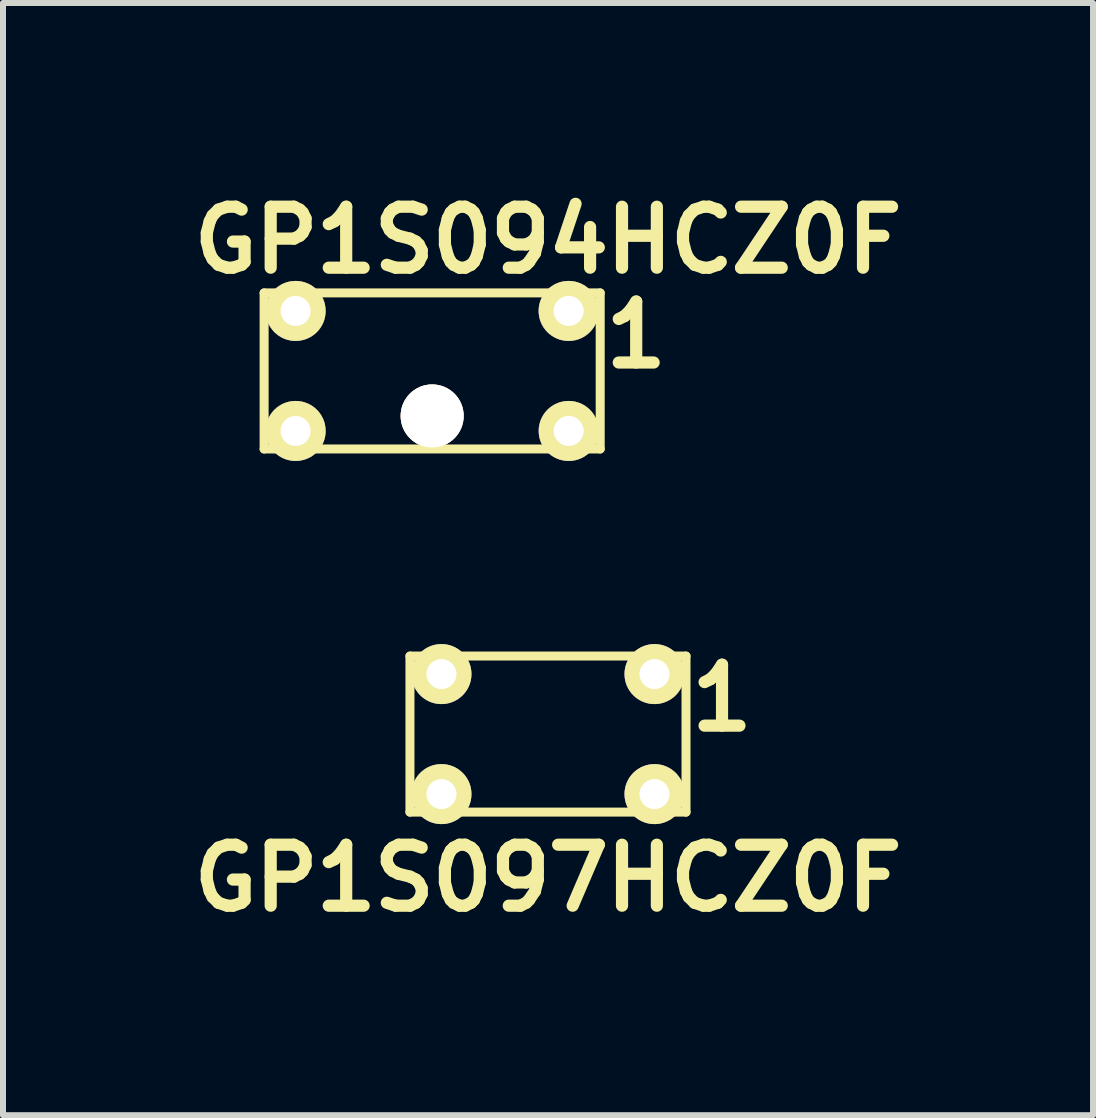
<source format=kicad_pcb>
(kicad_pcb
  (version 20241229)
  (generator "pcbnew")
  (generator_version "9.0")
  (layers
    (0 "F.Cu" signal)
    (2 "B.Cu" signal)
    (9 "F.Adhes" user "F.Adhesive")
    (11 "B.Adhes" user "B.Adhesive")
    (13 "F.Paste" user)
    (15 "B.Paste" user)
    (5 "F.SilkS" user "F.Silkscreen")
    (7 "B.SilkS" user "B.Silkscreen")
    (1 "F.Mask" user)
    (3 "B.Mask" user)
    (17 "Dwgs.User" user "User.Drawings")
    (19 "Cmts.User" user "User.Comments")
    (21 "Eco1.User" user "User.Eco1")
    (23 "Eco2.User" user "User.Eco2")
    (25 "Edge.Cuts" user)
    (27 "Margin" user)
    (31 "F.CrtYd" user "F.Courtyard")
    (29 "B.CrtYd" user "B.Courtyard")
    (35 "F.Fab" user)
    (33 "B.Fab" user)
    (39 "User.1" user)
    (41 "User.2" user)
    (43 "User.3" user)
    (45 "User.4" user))
  (footprint "GP1S094HCZ0F"
    (layer "F.Cu")
    (at 4.151 3.131)
    (property "Reference" "GP1S094HCZ0F" (at 1.93 -2.18 0) (layer "F.SilkS") (effects (font (size 1.016 1.016) (thickness 0.203))))
    (attr through_hole)
    (fp_line (start -2.8 -1.3) (end 2.8 -1.3) (stroke (width 0.15) (type solid)) (layer "F.SilkS"))
    (fp_line (start -2.8 1.3) (end -2.8 -1.3) (stroke (width 0.15) (type solid)) (layer "F.SilkS"))
    (fp_line (start 2.8 -1.3) (end 2.8 1.3) (stroke (width 0.15) (type solid)) (layer "F.SilkS"))
    (fp_line (start 2.8 1.3) (end -2.8 1.3) (stroke (width 0.15) (type solid)) (layer "F.SilkS"))
    (fp_text user "1" (at 3.4 -0.6 0) (layer "F.SilkS") (effects (font (size 1.016 1.016) (thickness 0.203))))
    (pad "" thru_hole circle (at 0 0.75) (size 1.05 1.05) (drill 1.05) (layers "*.Cu" "*.Mask" "F.SilkS"))
    (pad "1" thru_hole circle (at 2.274 -1) (size 1 1) (drill 0.5) (layers "*.Cu" "*.Mask" "F.SilkS"))
    (pad "2" thru_hole circle (at -2.275 -1) (size 1 1) (drill 0.5) (layers "*.Cu" "*.Mask" "F.SilkS"))
    (pad "3" thru_hole circle (at -2.275 1) (size 1 1) (drill 0.5) (layers "*.Cu" "*.Mask" "F.SilkS"))
    (pad "4" thru_hole circle (at 2.275 1) (size 1 1) (drill 0.5) (layers "*.Cu" "*.Mask" "F.SilkS")))
  (footprint "GP1S097HCZ0F"
    (layer "F.Cu")
    (at 6.081 9.182)
    (property "Reference" "GP1S097HCZ0F" (at 0 2.4 0) (layer "F.SilkS") (effects (font (size 1.016 1.016) (thickness 0.203))))
    (attr through_hole)
    (fp_line (start -2.3 -1.3) (end 2.3 -1.3) (stroke (width 0.15) (type solid)) (layer "F.SilkS"))
    (fp_line (start -2.3 1.3) (end -2.3 -1.3) (stroke (width 0.15) (type solid)) (layer "F.SilkS"))
    (fp_line (start 2.3 -1.3) (end 2.3 1.3) (stroke (width 0.15) (type solid)) (layer "F.SilkS"))
    (fp_line (start 2.3 1.3) (end -2.3 1.3) (stroke (width 0.15) (type solid)) (layer "F.SilkS"))
    (fp_text user "1" (at 2.9 -0.6 0) (layer "F.SilkS") (effects (font (size 1.016 1.016) (thickness 0.203))))
    (pad "1" thru_hole circle (at 1.775 -1) (size 1 1) (drill 0.5) (layers "*.Cu" "*.Mask" "F.SilkS"))
    (pad "2" thru_hole circle (at -1.775 -1) (size 1 1) (drill 0.5) (layers "*.Cu" "*.Mask" "F.SilkS"))
    (pad "3" thru_hole circle (at -1.775 1) (size 1 1) (drill 0.5) (layers "*.Cu" "*.Mask" "F.SilkS"))
    (pad "4" thru_hole circle (at 1.775 1) (size 1 1) (drill 0.5) (layers "*.Cu" "*.Mask" "F.SilkS")))
  (gr_rect
    (start -3 -3)
    (end 15.163 15.533)
    (stroke (width 0.1) (type default))
    (fill no)
    (layer "Edge.Cuts")))
</source>
